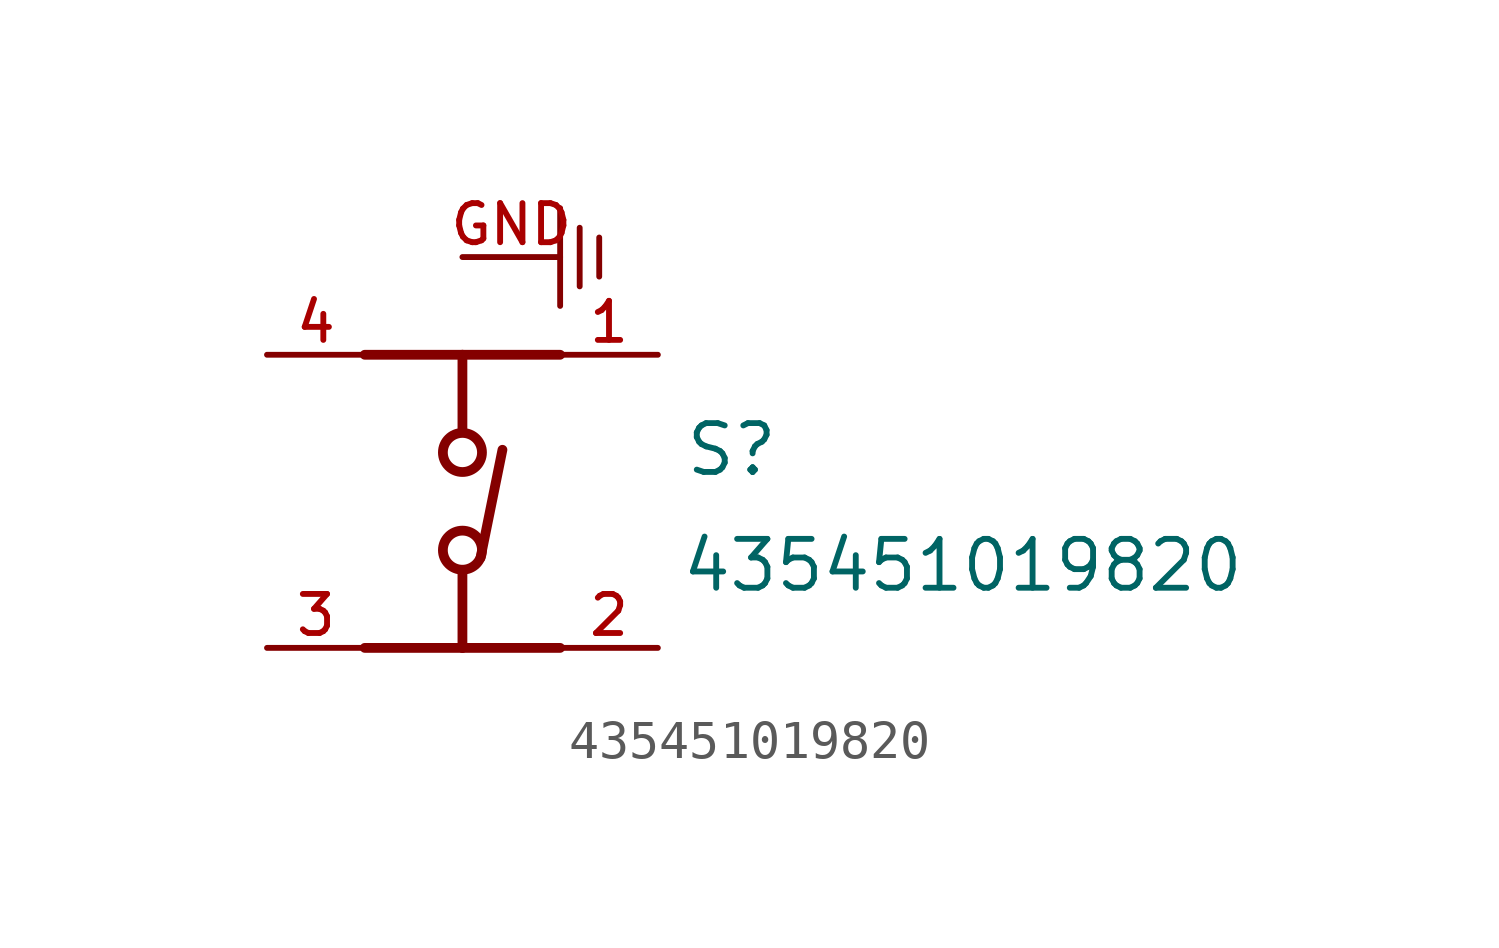
<source format=kicad_sym>
(kicad_symbol_lib
  (version 20211014)
  (generator kicad_symbol_editor)
  (symbol "435451019820"
    (pin_names
      (offset 1.016))
    (property "Reference" "S"
      (at 5.75 1.87 0)
      (effects (font (size 1.27 1.27)) (justify bottom left)))
    (property "Value" "435451019820"
      (at 5.65 -1.14 0)
      (effects (font (size 1.27 1.27)) (justify bottom left)))
    (symbol "435451019820_0_0"
      (polyline (pts (xy -2.54 5.08) (xy 0.0 5.08)) (stroke (width 0.254)))
      (polyline (pts (xy 0.0 5.08) (xy 2.54 5.08)) (stroke (width 0.254)))
      (polyline (pts (xy -2.54 -2.54) (xy 0.0 -2.54)) (stroke (width 0.254)))
      (polyline (pts (xy 0.0 -2.54) (xy 2.54 -2.54)) (stroke (width 0.254)))
      (polyline (pts (xy 0.0 5.08) (xy 0.0 3.175)) (stroke (width 0.254)))
      (polyline (pts (xy 0.0 -0.635) (xy 0.0 -2.54)) (stroke (width 0.254)))
      (polyline (pts (xy 0.47 -0.2) (xy 1.04 2.61)) (stroke (width 0.254)))
      (polyline (pts (xy 2.54 6.35) (xy 2.54 8.89)) (stroke (width 0.152)))
      (polyline (pts (xy 3.048 6.858) (xy 3.048 8.382)) (stroke (width 0.152)))
      (polyline (pts (xy 3.556 7.112) (xy 3.556 8.128)) (stroke (width 0.152)))
      (circle (center 0.0 0.0) (radius 0.508) (stroke (width 0.254)) (fill (type none)))
      (circle (center 0.0 2.54) (radius 0.508) (stroke (width 0.254)) (fill (type none)))
      (pin passive line (at 5.08 5.08 180.0) (length 2.54) (name "~" (effects (font (size 1.016 1.016)))) (number "1" (effects (font (size 1.016 1.016)))))
      (pin passive line (at 5.08 -2.54 180.0) (length 2.54) (name "~" (effects (font (size 1.016 1.016)))) (number "2" (effects (font (size 1.016 1.016)))))
      (pin passive line (at -5.08 5.08 0) (length 2.54) (name "~" (effects (font (size 1.016 1.016)))) (number "4" (effects (font (size 1.016 1.016)))))
      (pin passive line (at -5.08 -2.54 0) (length 2.54) (name "~" (effects (font (size 1.016 1.016)))) (number "3" (effects (font (size 1.016 1.016)))))
      (pin passive line (at 0.0 7.62 0) (length 2.54) (name "~" (effects (font (size 1.016 1.016)))) (number "GND" (effects (font (size 1.016 1.016))))))))
</source>
